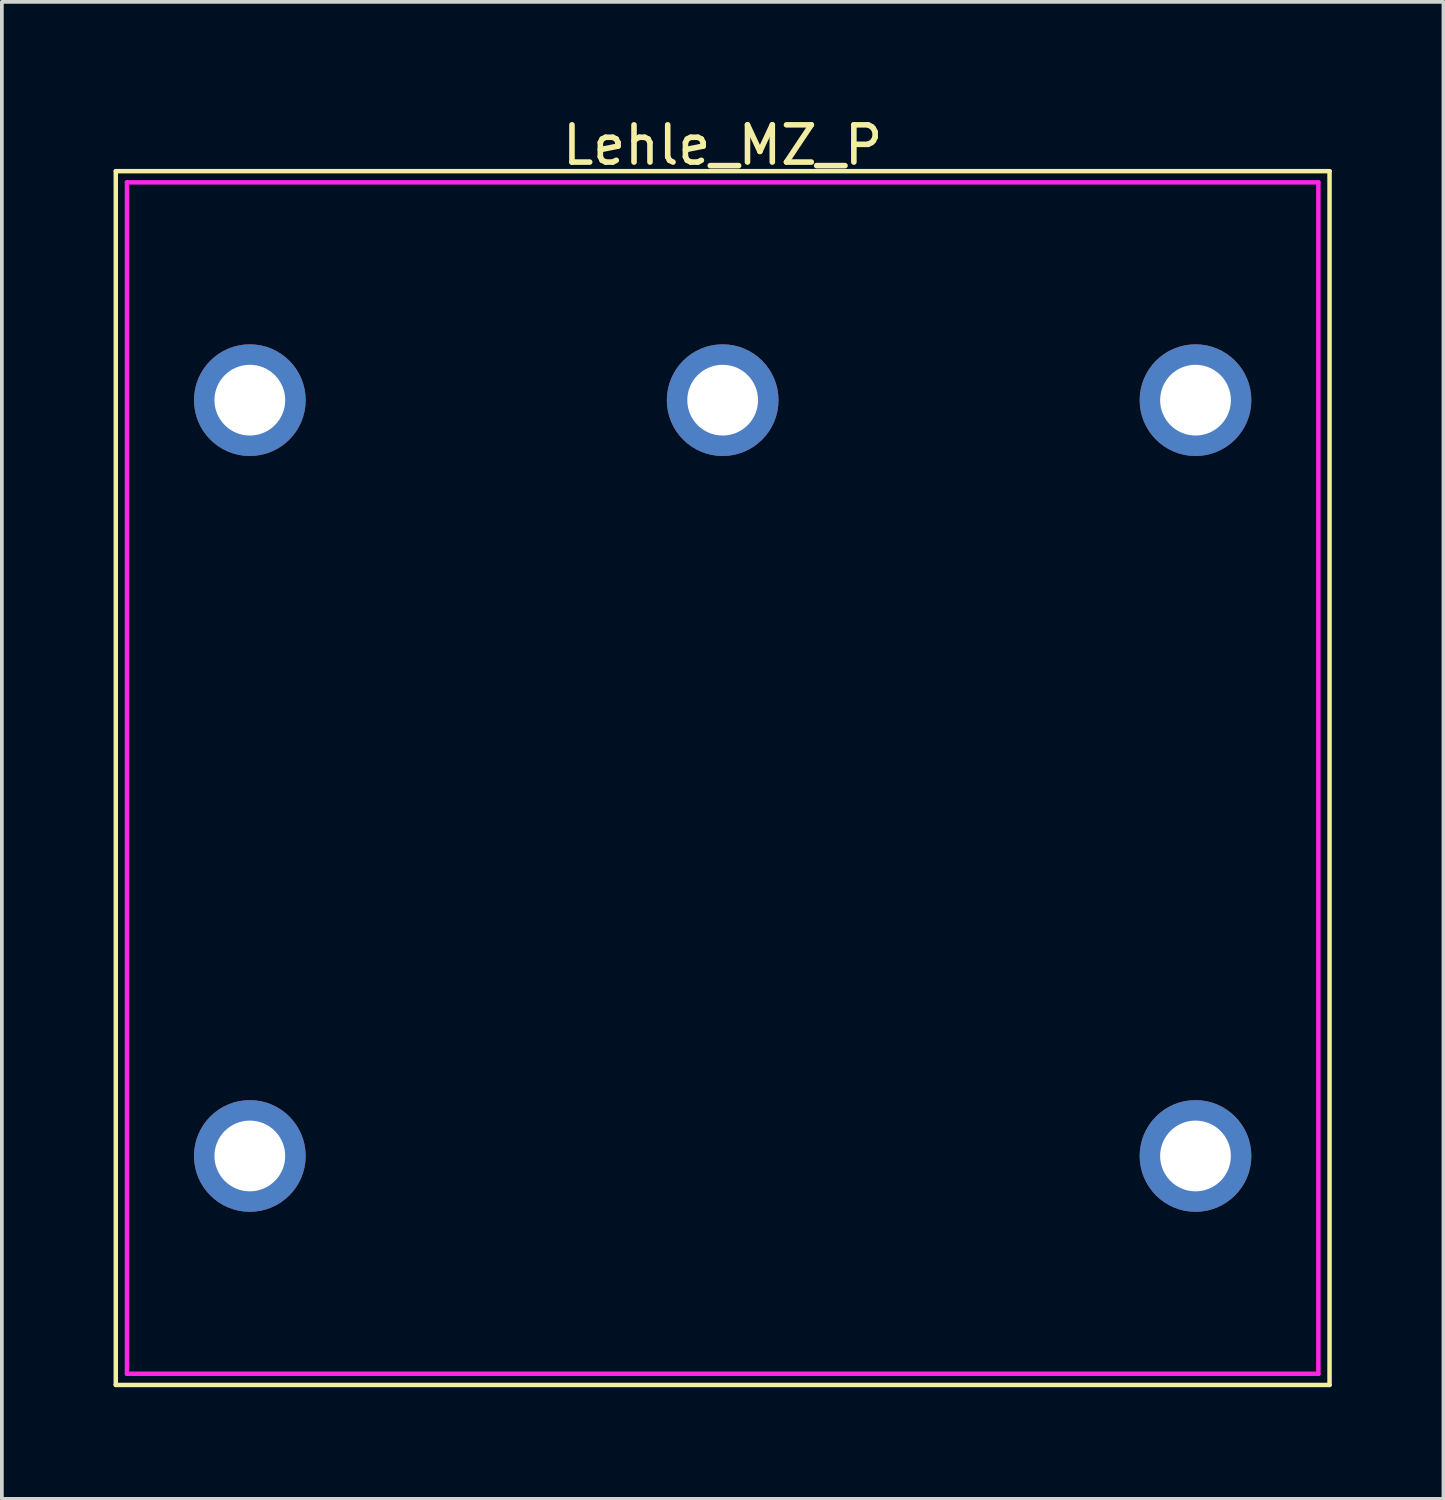
<source format=kicad_pcb>
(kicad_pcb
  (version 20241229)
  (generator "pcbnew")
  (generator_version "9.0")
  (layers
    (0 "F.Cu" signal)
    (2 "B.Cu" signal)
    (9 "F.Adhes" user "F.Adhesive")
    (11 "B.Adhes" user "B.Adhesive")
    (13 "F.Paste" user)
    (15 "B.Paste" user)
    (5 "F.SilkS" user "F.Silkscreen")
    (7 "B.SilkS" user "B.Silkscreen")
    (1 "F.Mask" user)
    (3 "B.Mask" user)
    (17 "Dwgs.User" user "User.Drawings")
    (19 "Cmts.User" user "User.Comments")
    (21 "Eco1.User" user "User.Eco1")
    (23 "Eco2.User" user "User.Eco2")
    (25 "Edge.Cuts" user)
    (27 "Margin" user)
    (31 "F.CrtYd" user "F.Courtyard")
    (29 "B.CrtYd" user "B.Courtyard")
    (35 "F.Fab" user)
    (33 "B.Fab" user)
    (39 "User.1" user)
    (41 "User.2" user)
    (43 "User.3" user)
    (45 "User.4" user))
  (footprint "Lehle_MZ_P"
    (layer "F.Cu")
    (at 16.36 17.848)
    (property "Reference" "Lehle_MZ_P" (at 0 -17 0) (layer "F.SilkS") (effects (font (size 1 1) (thickness 0.15))))
    (attr through_hole)
    (fp_line (start -16.3 -16.3) (end 16.3 -16.3) (stroke (width 0.12) (type solid)) (layer "F.SilkS"))
    (fp_line (start -16.3 16.3) (end -16.3 -16.3) (stroke (width 0.12) (type solid)) (layer "F.SilkS"))
    (fp_line (start 16.3 -16.3) (end 16.3 16.3) (stroke (width 0.12) (type solid)) (layer "F.SilkS"))
    (fp_line (start 16.3 16.3) (end -16.3 16.3) (stroke (width 0.12) (type solid)) (layer "F.SilkS"))
    (fp_line (start -16 -16) (end 16 -16) (stroke (width 0.12) (type solid)) (layer "F.CrtYd"))
    (fp_line (start -16 16) (end -16 -16) (stroke (width 0.12) (type solid)) (layer "F.CrtYd"))
    (fp_line (start 16 -16) (end 16 16) (stroke (width 0.12) (type solid)) (layer "F.CrtYd"))
    (fp_line (start 16 16) (end -16 16) (stroke (width 0.12) (type solid)) (layer "F.CrtYd"))
    (pad "1" thru_hole circle (at 12.7 10.15) (size 3 3) (drill 1.9) (layers "*.Cu" "*.Mask"))
    (pad "2" thru_hole circle (at -12.7 10.15) (size 3 3) (drill 1.9) (layers "*.Cu" "*.Mask"))
    (pad "3" thru_hole circle (at -12.7 -10.15) (size 3 3) (drill 1.9) (layers "*.Cu" "*.Mask"))
    (pad "4" thru_hole circle (at 0 -10.15) (size 3 3) (drill 1.9) (layers "*.Cu" "*.Mask"))
    (pad "5" thru_hole circle (at 12.7 -10.15) (size 3 3) (drill 1.9) (layers "*.Cu" "*.Mask")))
  (gr_rect
    (start -3 -3)
    (end 35.72 37.208)
    (stroke (width 0.1) (type default))
    (fill no)
    (layer "Edge.Cuts")))
</source>
